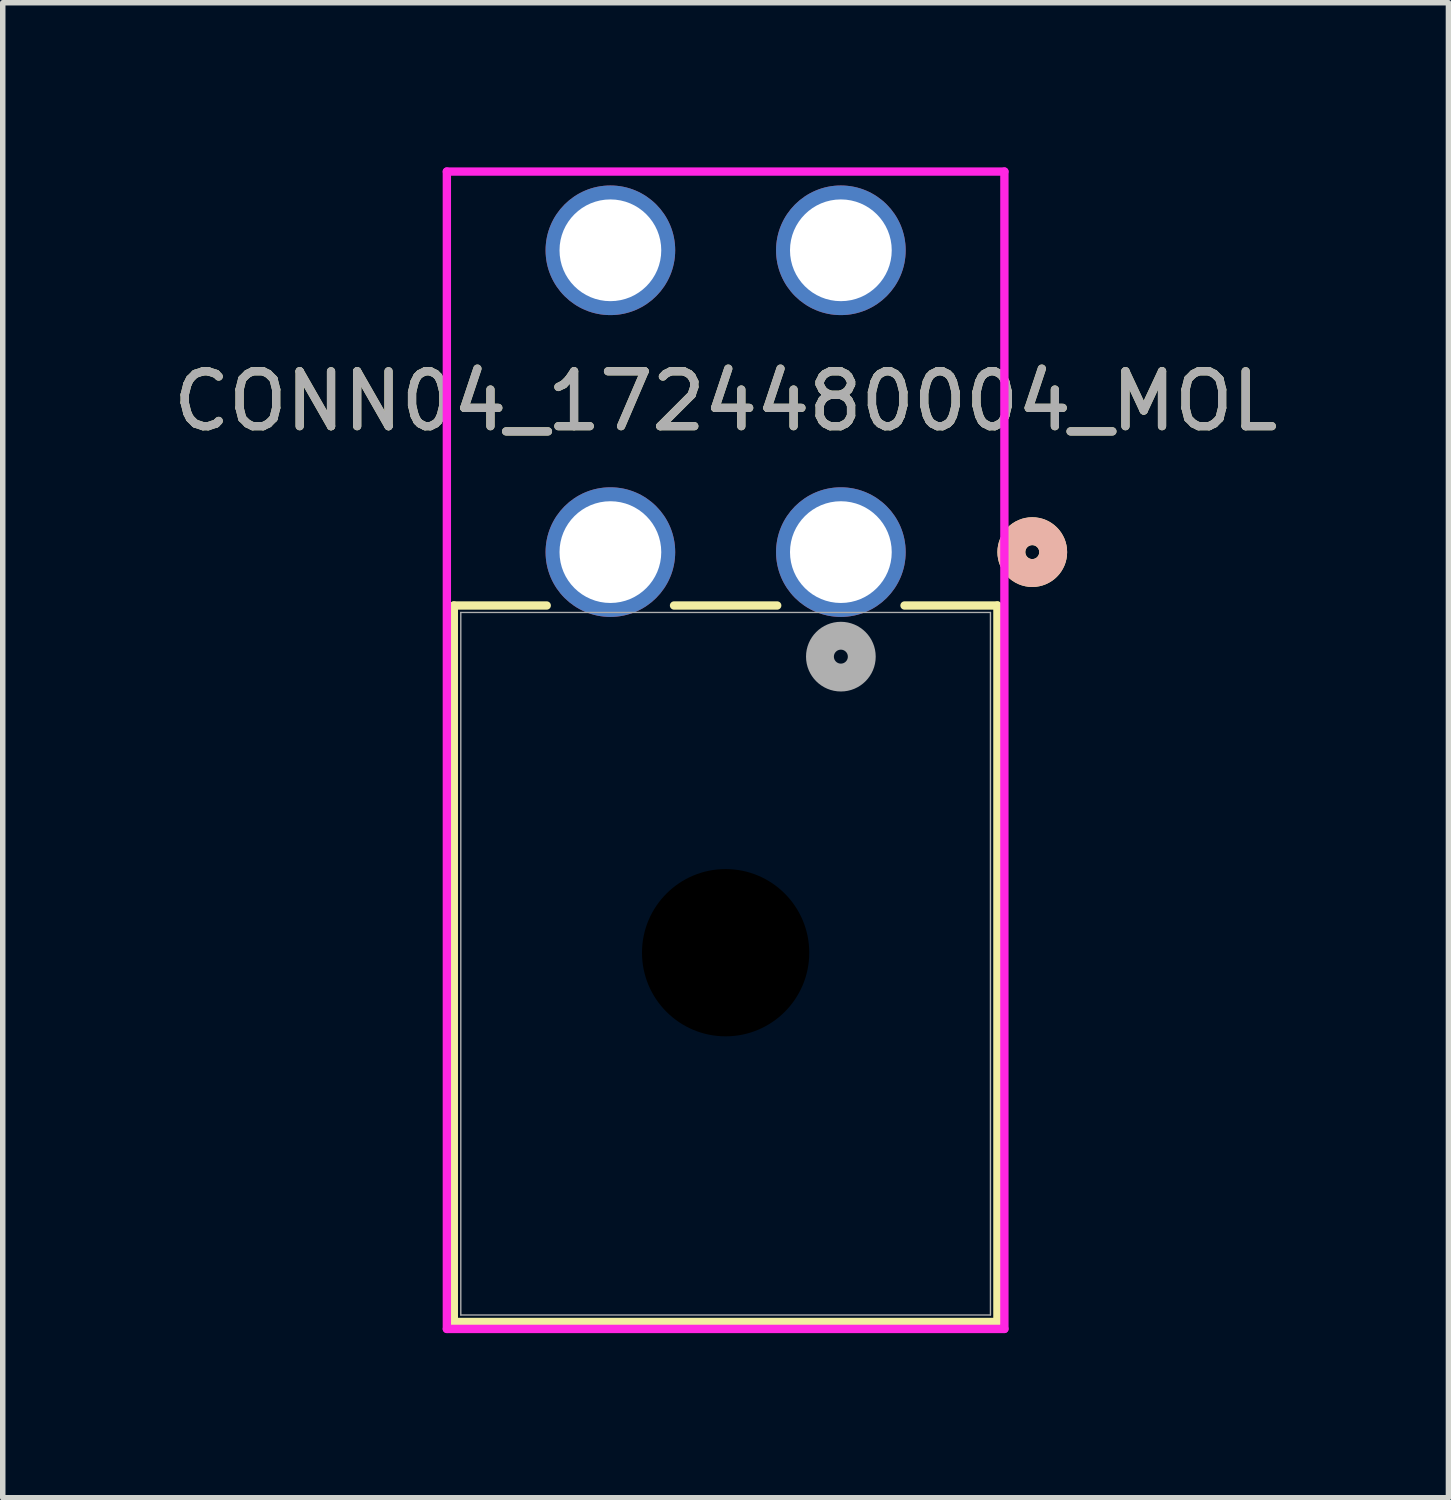
<source format=kicad_pcb>
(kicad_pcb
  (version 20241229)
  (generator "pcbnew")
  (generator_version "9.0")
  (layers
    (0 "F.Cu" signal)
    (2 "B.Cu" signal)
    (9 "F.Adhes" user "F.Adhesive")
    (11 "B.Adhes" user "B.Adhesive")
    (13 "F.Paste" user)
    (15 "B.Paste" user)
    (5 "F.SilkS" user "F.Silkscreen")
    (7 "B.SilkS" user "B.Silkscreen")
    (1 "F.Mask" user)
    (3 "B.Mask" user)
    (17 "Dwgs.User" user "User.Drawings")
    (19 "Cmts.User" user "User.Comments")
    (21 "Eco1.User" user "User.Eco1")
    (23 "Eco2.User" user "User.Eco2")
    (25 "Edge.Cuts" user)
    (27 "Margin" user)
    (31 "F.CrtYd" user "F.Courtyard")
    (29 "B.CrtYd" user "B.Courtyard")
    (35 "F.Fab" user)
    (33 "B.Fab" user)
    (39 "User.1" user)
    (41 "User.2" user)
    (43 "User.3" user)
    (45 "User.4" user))
  (footprint "CONN04_1724480004_MOL"
    (layer "F.Cu")
    (at 12.273 7.011)
    (property "Reference" "CONN04_1724480004_MOL" (at -2.1 -2.75 0) (unlocked yes) (layer "F.SilkS") (effects (font (size 1 1) (thickness 0.15))))
    (attr through_hole)
    (fp_line (start -7.053 0.973) (end -7.053 14.029) (stroke (width 0.152) (type solid)) (layer "F.SilkS"))
    (fp_line (start -7.053 14.029) (end 2.853 14.029) (stroke (width 0.152) (type solid)) (layer "F.SilkS"))
    (fp_line (start -5.36 0.973) (end -7.053 0.973) (stroke (width 0.152) (type solid)) (layer "F.SilkS"))
    (fp_line (start -1.16 0.973) (end -3.04 0.973) (stroke (width 0.152) (type solid)) (layer "F.SilkS"))
    (fp_line (start 2.853 0.973) (end 1.16 0.973) (stroke (width 0.152) (type solid)) (layer "F.SilkS"))
    (fp_line (start 2.853 14.029) (end 2.853 0.973) (stroke (width 0.152) (type solid)) (layer "F.SilkS"))
    (fp_circle (center 3.488 0) (end 3.869 0) (stroke (width 0.508) (type solid)) (fill no) (layer "F.SilkS"))
    (fp_circle (center 3.488 0) (end 3.869 0) (stroke (width 0.508) (type solid)) (fill no) (layer "B.SilkS"))
    (fp_line (start -7.18 -6.935) (end -7.18 14.156) (stroke (width 0.152) (type solid)) (layer "F.CrtYd"))
    (fp_line (start -7.18 14.156) (end 2.98 14.156) (stroke (width 0.152) (type solid)) (layer "F.CrtYd"))
    (fp_line (start 2.98 -6.935) (end -7.18 -6.935) (stroke (width 0.152) (type solid)) (layer "F.CrtYd"))
    (fp_line (start 2.98 14.156) (end 2.98 -6.935) (stroke (width 0.152) (type solid)) (layer "F.CrtYd"))
    (fp_line (start -6.926 1.1) (end -6.926 13.902) (stroke (width 0.025) (type solid)) (layer "F.Fab"))
    (fp_line (start -6.926 13.902) (end 2.726 13.902) (stroke (width 0.025) (type solid)) (layer "F.Fab"))
    (fp_line (start 2.726 1.1) (end -6.926 1.1) (stroke (width 0.025) (type solid)) (layer "F.Fab"))
    (fp_line (start 2.726 13.902) (end 2.726 1.1) (stroke (width 0.025) (type solid)) (layer "F.Fab"))
    (fp_circle (center 0 1.905) (end 0.381 1.905) (stroke (width 0.508) (type solid)) (fill no) (layer "F.Fab"))
    (fp_text user "${REFERENCE}" (at -2.1 -2.75 0) (unlocked yes) (layer "F.Fab") (effects (font (size 1 1) (thickness 0.15))))
    (pad "" np_thru_hole circle (at -2.1 7.3) (size 3.048 3.048) (drill 3.048) (layers))
    (pad "1" thru_hole circle (at 0 0) (size 2.362 2.362) (drill 1.854) (layers "*.Cu" "*.Mask"))
    (pad "2" thru_hole circle (at -4.2 0) (size 2.362 2.362) (drill 1.854) (layers "*.Cu" "*.Mask"))
    (pad "3" thru_hole circle (at 0 -5.5) (size 2.362 2.362) (drill 1.854) (layers "*.Cu" "*.Mask"))
    (pad "4" thru_hole circle (at -4.2 -5.5) (size 2.362 2.362) (drill 1.854) (layers "*.Cu" "*.Mask")))
  (gr_rect
    (start -3 -3)
    (end 23.345 24.243)
    (stroke (width 0.1) (type default))
    (fill no)
    (layer "Edge.Cuts")))
</source>
